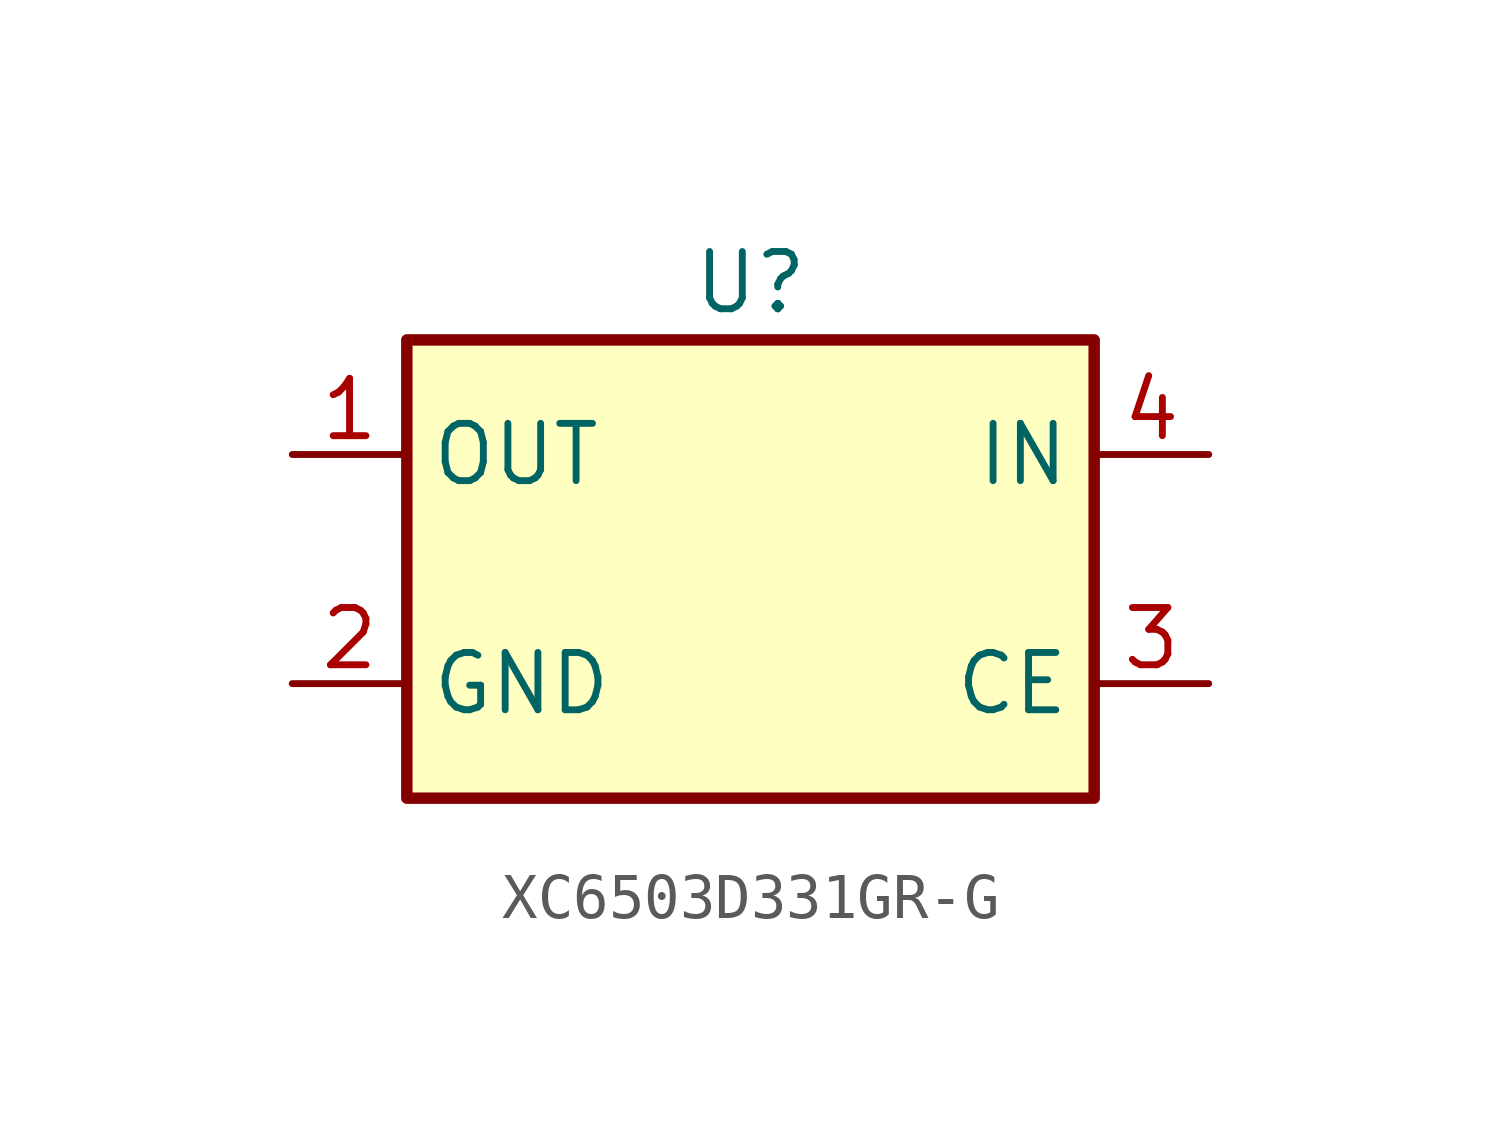
<source format=kicad_sym>
(kicad_symbol_lib
  (version 20220914)
  (generator kicad_symbol_editor)
  (symbol "XC6503D331GR-G"
    (property "Reference" "U"
      (at 0 6.35 0)
      (effects (font (size 1.27 1.27))))
    (property "Value" ""
      (at 0 0 0)
      (effects (font (size 1.27 1.27))))
    (symbol "XC6503D331GR-G_0_1"
      (rectangle (start -7.62 5.08) (end 7.62 -5.08) (stroke (width 0.254) (type default)) (fill (type background))))
    (symbol "XC6503D331GR-G_1_1"
      (pin passive line (at -10.16 2.54 0) (length 2.54) (name "OUT" (effects (font (size 1.27 1.27)))) (number "1" (effects (font (size 1.27 1.27)))))
      (pin passive line (at -10.16 -2.54 0) (length 2.54) (name "GND" (effects (font (size 1.27 1.27)))) (number "2" (effects (font (size 1.27 1.27)))))
      (pin passive line (at 10.16 -2.54 180) (length 2.54) (name "CE" (effects (font (size 1.27 1.27)))) (number "3" (effects (font (size 1.27 1.27)))))
      (pin passive line (at 10.16 2.54 180) (length 2.54) (name "IN" (effects (font (size 1.27 1.27)))) (number "4" (effects (font (size 1.27 1.27))))))))
</source>
